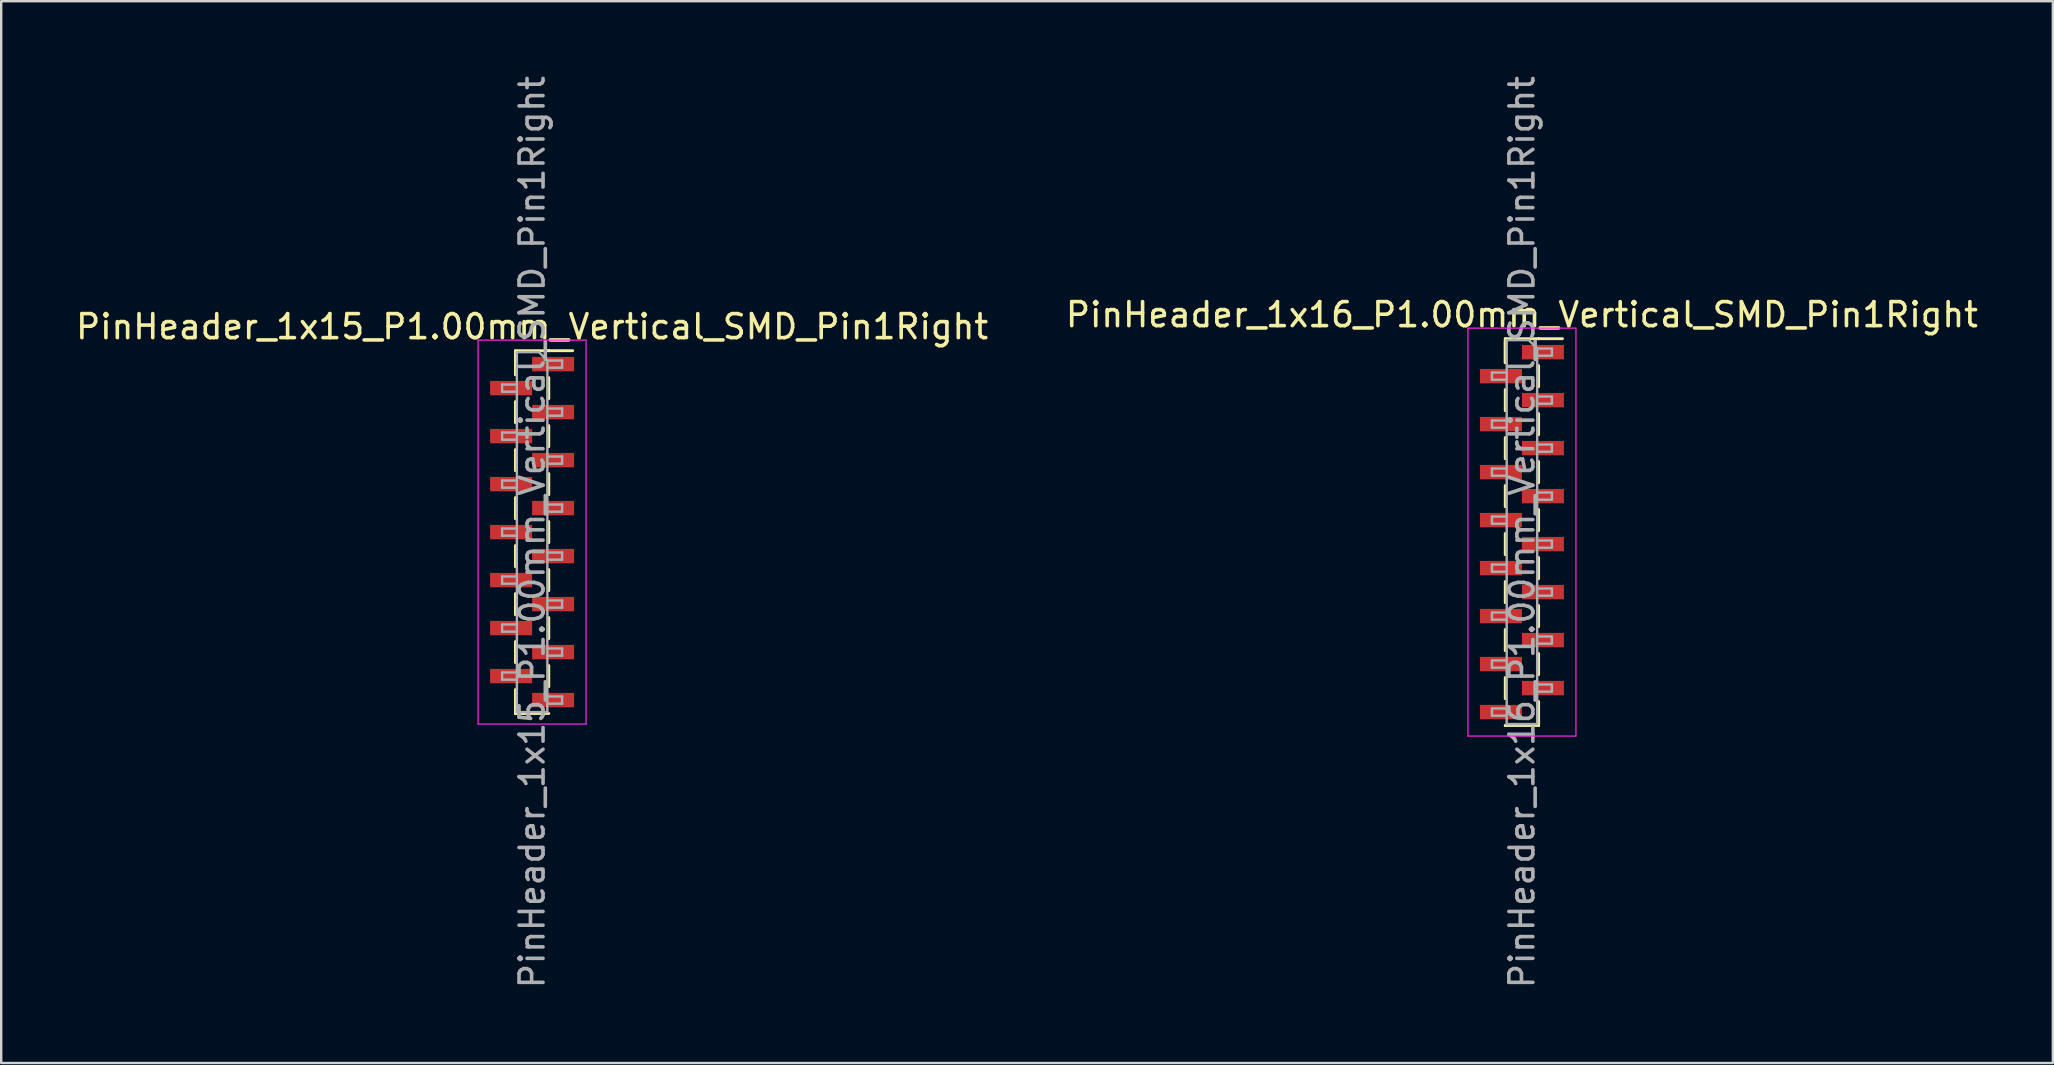
<source format=kicad_pcb>
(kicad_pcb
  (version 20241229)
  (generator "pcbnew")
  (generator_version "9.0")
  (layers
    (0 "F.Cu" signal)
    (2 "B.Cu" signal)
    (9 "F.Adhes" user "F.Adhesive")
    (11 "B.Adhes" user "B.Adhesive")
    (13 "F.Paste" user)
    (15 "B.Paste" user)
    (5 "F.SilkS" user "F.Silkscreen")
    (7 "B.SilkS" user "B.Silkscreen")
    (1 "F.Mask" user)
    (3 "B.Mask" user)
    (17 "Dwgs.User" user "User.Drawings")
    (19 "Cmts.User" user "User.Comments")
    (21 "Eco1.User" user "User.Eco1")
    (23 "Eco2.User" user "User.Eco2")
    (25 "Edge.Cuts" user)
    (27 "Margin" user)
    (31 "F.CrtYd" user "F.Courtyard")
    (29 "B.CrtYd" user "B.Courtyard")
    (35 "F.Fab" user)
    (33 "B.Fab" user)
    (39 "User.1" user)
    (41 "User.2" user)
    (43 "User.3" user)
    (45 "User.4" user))
  (footprint "PinHeader_1x16_P1.00mm_Vertical_SMD_Pin1Right"
    (layer "F.Cu")
    (at 60.375 19.125)
    (property "Reference" "PinHeader_1x16_P1.00mm_Vertical_SMD_Pin1Right" (at 0 -9.06 0) (layer "F.SilkS") (effects (font (size 1 1) (thickness 0.15))))
    (attr smd)
    (fp_line (start -0.695 -8.06) (end -0.695 -7.06) (stroke (width 0.12) (type solid)) (layer "F.SilkS"))
    (fp_line (start -0.695 -8.06) (end 0.695 -8.06) (stroke (width 0.12) (type solid)) (layer "F.SilkS"))
    (fp_line (start -0.695 -7.94) (end -0.695 -7.06) (stroke (width 0.12) (type solid)) (layer "F.SilkS"))
    (fp_line (start -0.695 -5.94) (end -0.695 -5.06) (stroke (width 0.12) (type solid)) (layer "F.SilkS"))
    (fp_line (start -0.695 -3.94) (end -0.695 -3.06) (stroke (width 0.12) (type solid)) (layer "F.SilkS"))
    (fp_line (start -0.695 -1.94) (end -0.695 -1.06) (stroke (width 0.12) (type solid)) (layer "F.SilkS"))
    (fp_line (start -0.695 0.06) (end -0.695 0.94) (stroke (width 0.12) (type solid)) (layer "F.SilkS"))
    (fp_line (start -0.695 2.06) (end -0.695 2.94) (stroke (width 0.12) (type solid)) (layer "F.SilkS"))
    (fp_line (start -0.695 4.06) (end -0.695 4.94) (stroke (width 0.12) (type solid)) (layer "F.SilkS"))
    (fp_line (start -0.695 6.06) (end -0.695 6.94) (stroke (width 0.12) (type solid)) (layer "F.SilkS"))
    (fp_line (start -0.695 8.06) (end -0.695 8.06) (stroke (width 0.12) (type solid)) (layer "F.SilkS"))
    (fp_line (start -0.695 8.06) (end 0.695 8.06) (stroke (width 0.12) (type solid)) (layer "F.SilkS"))
    (fp_line (start 0.695 -8.06) (end 0.695 -8.06) (stroke (width 0.12) (type solid)) (layer "F.SilkS"))
    (fp_line (start 0.695 -8.06) (end 1.69 -8.06) (stroke (width 0.12) (type solid)) (layer "F.SilkS"))
    (fp_line (start 0.695 -6.94) (end 0.695 -6.06) (stroke (width 0.12) (type solid)) (layer "F.SilkS"))
    (fp_line (start 0.695 -4.94) (end 0.695 -4.06) (stroke (width 0.12) (type solid)) (layer "F.SilkS"))
    (fp_line (start 0.695 -2.94) (end 0.695 -2.06) (stroke (width 0.12) (type solid)) (layer "F.SilkS"))
    (fp_line (start 0.695 -0.94) (end 0.695 -0.06) (stroke (width 0.12) (type solid)) (layer "F.SilkS"))
    (fp_line (start 0.695 1.06) (end 0.695 1.94) (stroke (width 0.12) (type solid)) (layer "F.SilkS"))
    (fp_line (start 0.695 3.06) (end 0.695 3.94) (stroke (width 0.12) (type solid)) (layer "F.SilkS"))
    (fp_line (start 0.695 5.06) (end 0.695 5.94) (stroke (width 0.12) (type solid)) (layer "F.SilkS"))
    (fp_line (start 0.695 7.06) (end 0.695 8.06) (stroke (width 0.12) (type solid)) (layer "F.SilkS"))
    (fp_line (start -2.25 -8.5) (end -2.25 8.5) (stroke (width 0.05) (type solid)) (layer "F.CrtYd"))
    (fp_line (start -2.25 8.5) (end 2.25 8.5) (stroke (width 0.05) (type solid)) (layer "F.CrtYd"))
    (fp_line (start 2.25 -8.5) (end -2.25 -8.5) (stroke (width 0.05) (type solid)) (layer "F.CrtYd"))
    (fp_line (start 2.25 8.5) (end 2.25 -8.5) (stroke (width 0.05) (type solid)) (layer "F.CrtYd"))
    (fp_line (start -1.25 -6.65) (end -1.25 -6.35) (stroke (width 0.1) (type solid)) (layer "F.Fab"))
    (fp_line (start -1.25 -6.35) (end -0.635 -6.35) (stroke (width 0.1) (type solid)) (layer "F.Fab"))
    (fp_line (start -1.25 -4.65) (end -1.25 -4.35) (stroke (width 0.1) (type solid)) (layer "F.Fab"))
    (fp_line (start -1.25 -4.35) (end -0.635 -4.35) (stroke (width 0.1) (type solid)) (layer "F.Fab"))
    (fp_line (start -1.25 -2.65) (end -1.25 -2.35) (stroke (width 0.1) (type solid)) (layer "F.Fab"))
    (fp_line (start -1.25 -2.35) (end -0.635 -2.35) (stroke (width 0.1) (type solid)) (layer "F.Fab"))
    (fp_line (start -1.25 -0.65) (end -1.25 -0.35) (stroke (width 0.1) (type solid)) (layer "F.Fab"))
    (fp_line (start -1.25 -0.35) (end -0.635 -0.35) (stroke (width 0.1) (type solid)) (layer "F.Fab"))
    (fp_line (start -1.25 1.35) (end -1.25 1.65) (stroke (width 0.1) (type solid)) (layer "F.Fab"))
    (fp_line (start -1.25 1.65) (end -0.635 1.65) (stroke (width 0.1) (type solid)) (layer "F.Fab"))
    (fp_line (start -1.25 3.35) (end -1.25 3.65) (stroke (width 0.1) (type solid)) (layer "F.Fab"))
    (fp_line (start -1.25 3.65) (end -0.635 3.65) (stroke (width 0.1) (type solid)) (layer "F.Fab"))
    (fp_line (start -1.25 5.35) (end -1.25 5.65) (stroke (width 0.1) (type solid)) (layer "F.Fab"))
    (fp_line (start -1.25 5.65) (end -0.635 5.65) (stroke (width 0.1) (type solid)) (layer "F.Fab"))
    (fp_line (start -1.25 7.35) (end -1.25 7.65) (stroke (width 0.1) (type solid)) (layer "F.Fab"))
    (fp_line (start -1.25 7.65) (end -0.635 7.65) (stroke (width 0.1) (type solid)) (layer "F.Fab"))
    (fp_line (start -0.635 -8) (end -0.635 8) (stroke (width 0.1) (type solid)) (layer "F.Fab"))
    (fp_line (start -0.635 -8) (end 0.285 -8) (stroke (width 0.1) (type solid)) (layer "F.Fab"))
    (fp_line (start -0.635 -6.65) (end -1.25 -6.65) (stroke (width 0.1) (type solid)) (layer "F.Fab"))
    (fp_line (start -0.635 -4.65) (end -1.25 -4.65) (stroke (width 0.1) (type solid)) (layer "F.Fab"))
    (fp_line (start -0.635 -2.65) (end -1.25 -2.65) (stroke (width 0.1) (type solid)) (layer "F.Fab"))
    (fp_line (start -0.635 -0.65) (end -1.25 -0.65) (stroke (width 0.1) (type solid)) (layer "F.Fab"))
    (fp_line (start -0.635 1.35) (end -1.25 1.35) (stroke (width 0.1) (type solid)) (layer "F.Fab"))
    (fp_line (start -0.635 3.35) (end -1.25 3.35) (stroke (width 0.1) (type solid)) (layer "F.Fab"))
    (fp_line (start -0.635 5.35) (end -1.25 5.35) (stroke (width 0.1) (type solid)) (layer "F.Fab"))
    (fp_line (start -0.635 7.35) (end -1.25 7.35) (stroke (width 0.1) (type solid)) (layer "F.Fab"))
    (fp_line (start 0.635 -7.65) (end 0.285 -8) (stroke (width 0.1) (type solid)) (layer "F.Fab"))
    (fp_line (start 0.635 -7.65) (end 1.25 -7.65) (stroke (width 0.1) (type solid)) (layer "F.Fab"))
    (fp_line (start 0.635 -5.65) (end 1.25 -5.65) (stroke (width 0.1) (type solid)) (layer "F.Fab"))
    (fp_line (start 0.635 -3.65) (end 1.25 -3.65) (stroke (width 0.1) (type solid)) (layer "F.Fab"))
    (fp_line (start 0.635 -1.65) (end 1.25 -1.65) (stroke (width 0.1) (type solid)) (layer "F.Fab"))
    (fp_line (start 0.635 0.35) (end 1.25 0.35) (stroke (width 0.1) (type solid)) (layer "F.Fab"))
    (fp_line (start 0.635 2.35) (end 1.25 2.35) (stroke (width 0.1) (type solid)) (layer "F.Fab"))
    (fp_line (start 0.635 4.35) (end 1.25 4.35) (stroke (width 0.1) (type solid)) (layer "F.Fab"))
    (fp_line (start 0.635 6.35) (end 1.25 6.35) (stroke (width 0.1) (type solid)) (layer "F.Fab"))
    (fp_line (start 0.635 8) (end -0.635 8) (stroke (width 0.1) (type solid)) (layer "F.Fab"))
    (fp_line (start 0.635 8) (end 0.635 -7.65) (stroke (width 0.1) (type solid)) (layer "F.Fab"))
    (fp_line (start 1.25 -7.65) (end 1.25 -7.35) (stroke (width 0.1) (type solid)) (layer "F.Fab"))
    (fp_line (start 1.25 -7.35) (end 0.635 -7.35) (stroke (width 0.1) (type solid)) (layer "F.Fab"))
    (fp_line (start 1.25 -5.65) (end 1.25 -5.35) (stroke (width 0.1) (type solid)) (layer "F.Fab"))
    (fp_line (start 1.25 -5.35) (end 0.635 -5.35) (stroke (width 0.1) (type solid)) (layer "F.Fab"))
    (fp_line (start 1.25 -3.65) (end 1.25 -3.35) (stroke (width 0.1) (type solid)) (layer "F.Fab"))
    (fp_line (start 1.25 -3.35) (end 0.635 -3.35) (stroke (width 0.1) (type solid)) (layer "F.Fab"))
    (fp_line (start 1.25 -1.65) (end 1.25 -1.35) (stroke (width 0.1) (type solid)) (layer "F.Fab"))
    (fp_line (start 1.25 -1.35) (end 0.635 -1.35) (stroke (width 0.1) (type solid)) (layer "F.Fab"))
    (fp_line (start 1.25 0.35) (end 1.25 0.65) (stroke (width 0.1) (type solid)) (layer "F.Fab"))
    (fp_line (start 1.25 0.65) (end 0.635 0.65) (stroke (width 0.1) (type solid)) (layer "F.Fab"))
    (fp_line (start 1.25 2.35) (end 1.25 2.65) (stroke (width 0.1) (type solid)) (layer "F.Fab"))
    (fp_line (start 1.25 2.65) (end 0.635 2.65) (stroke (width 0.1) (type solid)) (layer "F.Fab"))
    (fp_line (start 1.25 4.35) (end 1.25 4.65) (stroke (width 0.1) (type solid)) (layer "F.Fab"))
    (fp_line (start 1.25 4.65) (end 0.635 4.65) (stroke (width 0.1) (type solid)) (layer "F.Fab"))
    (fp_line (start 1.25 6.35) (end 1.25 6.65) (stroke (width 0.1) (type solid)) (layer "F.Fab"))
    (fp_line (start 1.25 6.65) (end 0.635 6.65) (stroke (width 0.1) (type solid)) (layer "F.Fab"))
    (fp_text user "${REFERENCE}" (at 0 0 90) (layer "F.Fab") (effects (font (size 1 1) (thickness 0.15))))
    (pad "1" smd rect (at 0.875 -7.5) (size 1.75 0.6) (layers "F.Cu" "F.Mask" "F.Paste"))
    (pad "2" smd rect (at -0.875 -6.5) (size 1.75 0.6) (layers "F.Cu" "F.Mask" "F.Paste"))
    (pad "3" smd rect (at 0.875 -5.5) (size 1.75 0.6) (layers "F.Cu" "F.Mask" "F.Paste"))
    (pad "4" smd rect (at -0.875 -4.5) (size 1.75 0.6) (layers "F.Cu" "F.Mask" "F.Paste"))
    (pad "5" smd rect (at 0.875 -3.5) (size 1.75 0.6) (layers "F.Cu" "F.Mask" "F.Paste"))
    (pad "6" smd rect (at -0.875 -2.5) (size 1.75 0.6) (layers "F.Cu" "F.Mask" "F.Paste"))
    (pad "7" smd rect (at 0.875 -1.5) (size 1.75 0.6) (layers "F.Cu" "F.Mask" "F.Paste"))
    (pad "8" smd rect (at -0.875 -0.5) (size 1.75 0.6) (layers "F.Cu" "F.Mask" "F.Paste"))
    (pad "9" smd rect (at 0.875 0.5) (size 1.75 0.6) (layers "F.Cu" "F.Mask" "F.Paste"))
    (pad "10" smd rect (at -0.875 1.5) (size 1.75 0.6) (layers "F.Cu" "F.Mask" "F.Paste"))
    (pad "11" smd rect (at 0.875 2.5) (size 1.75 0.6) (layers "F.Cu" "F.Mask" "F.Paste"))
    (pad "12" smd rect (at -0.875 3.5) (size 1.75 0.6) (layers "F.Cu" "F.Mask" "F.Paste"))
    (pad "13" smd rect (at 0.875 4.5) (size 1.75 0.6) (layers "F.Cu" "F.Mask" "F.Paste"))
    (pad "14" smd rect (at -0.875 5.5) (size 1.75 0.6) (layers "F.Cu" "F.Mask" "F.Paste"))
    (pad "15" smd rect (at 0.875 6.5) (size 1.75 0.6) (layers "F.Cu" "F.Mask" "F.Paste"))
    (pad "16" smd rect (at -0.875 7.5) (size 1.75 0.6) (layers "F.Cu" "F.Mask" "F.Paste")))
  (footprint "PinHeader_1x15_P1.00mm_Vertical_SMD_Pin1Right"
    (layer "F.Cu")
    (at 19.125 19.125)
    (property "Reference" "PinHeader_1x15_P1.00mm_Vertical_SMD_Pin1Right" (at 0 -8.56 0) (layer "F.SilkS") (effects (font (size 1 1) (thickness 0.15))))
    (attr smd)
    (fp_line (start -0.695 -7.56) (end -0.695 -6.56) (stroke (width 0.12) (type solid)) (layer "F.SilkS"))
    (fp_line (start -0.695 -7.56) (end 0.695 -7.56) (stroke (width 0.12) (type solid)) (layer "F.SilkS"))
    (fp_line (start -0.695 -7.44) (end -0.695 -6.56) (stroke (width 0.12) (type solid)) (layer "F.SilkS"))
    (fp_line (start -0.695 -5.44) (end -0.695 -4.56) (stroke (width 0.12) (type solid)) (layer "F.SilkS"))
    (fp_line (start -0.695 -3.44) (end -0.695 -2.56) (stroke (width 0.12) (type solid)) (layer "F.SilkS"))
    (fp_line (start -0.695 -1.44) (end -0.695 -0.56) (stroke (width 0.12) (type solid)) (layer "F.SilkS"))
    (fp_line (start -0.695 0.56) (end -0.695 1.44) (stroke (width 0.12) (type solid)) (layer "F.SilkS"))
    (fp_line (start -0.695 2.56) (end -0.695 3.44) (stroke (width 0.12) (type solid)) (layer "F.SilkS"))
    (fp_line (start -0.695 4.56) (end -0.695 5.44) (stroke (width 0.12) (type solid)) (layer "F.SilkS"))
    (fp_line (start -0.695 6.56) (end -0.695 7.56) (stroke (width 0.12) (type solid)) (layer "F.SilkS"))
    (fp_line (start -0.695 7.56) (end -0.695 7.56) (stroke (width 0.12) (type solid)) (layer "F.SilkS"))
    (fp_line (start -0.695 7.56) (end 0.695 7.56) (stroke (width 0.12) (type solid)) (layer "F.SilkS"))
    (fp_line (start 0.695 -7.56) (end 0.695 -7.56) (stroke (width 0.12) (type solid)) (layer "F.SilkS"))
    (fp_line (start 0.695 -7.56) (end 1.69 -7.56) (stroke (width 0.12) (type solid)) (layer "F.SilkS"))
    (fp_line (start 0.695 -6.44) (end 0.695 -5.56) (stroke (width 0.12) (type solid)) (layer "F.SilkS"))
    (fp_line (start 0.695 -4.44) (end 0.695 -3.56) (stroke (width 0.12) (type solid)) (layer "F.SilkS"))
    (fp_line (start 0.695 -2.44) (end 0.695 -1.56) (stroke (width 0.12) (type solid)) (layer "F.SilkS"))
    (fp_line (start 0.695 -0.44) (end 0.695 0.44) (stroke (width 0.12) (type solid)) (layer "F.SilkS"))
    (fp_line (start 0.695 1.56) (end 0.695 2.44) (stroke (width 0.12) (type solid)) (layer "F.SilkS"))
    (fp_line (start 0.695 3.56) (end 0.695 4.44) (stroke (width 0.12) (type solid)) (layer "F.SilkS"))
    (fp_line (start 0.695 5.56) (end 0.695 6.44) (stroke (width 0.12) (type solid)) (layer "F.SilkS"))
    (fp_line (start -2.25 -8) (end -2.25 8) (stroke (width 0.05) (type solid)) (layer "F.CrtYd"))
    (fp_line (start -2.25 8) (end 2.25 8) (stroke (width 0.05) (type solid)) (layer "F.CrtYd"))
    (fp_line (start 2.25 -8) (end -2.25 -8) (stroke (width 0.05) (type solid)) (layer "F.CrtYd"))
    (fp_line (start 2.25 8) (end 2.25 -8) (stroke (width 0.05) (type solid)) (layer "F.CrtYd"))
    (fp_line (start -1.25 -6.15) (end -1.25 -5.85) (stroke (width 0.1) (type solid)) (layer "F.Fab"))
    (fp_line (start -1.25 -5.85) (end -0.635 -5.85) (stroke (width 0.1) (type solid)) (layer "F.Fab"))
    (fp_line (start -1.25 -4.15) (end -1.25 -3.85) (stroke (width 0.1) (type solid)) (layer "F.Fab"))
    (fp_line (start -1.25 -3.85) (end -0.635 -3.85) (stroke (width 0.1) (type solid)) (layer "F.Fab"))
    (fp_line (start -1.25 -2.15) (end -1.25 -1.85) (stroke (width 0.1) (type solid)) (layer "F.Fab"))
    (fp_line (start -1.25 -1.85) (end -0.635 -1.85) (stroke (width 0.1) (type solid)) (layer "F.Fab"))
    (fp_line (start -1.25 -0.15) (end -1.25 0.15) (stroke (width 0.1) (type solid)) (layer "F.Fab"))
    (fp_line (start -1.25 0.15) (end -0.635 0.15) (stroke (width 0.1) (type solid)) (layer "F.Fab"))
    (fp_line (start -1.25 1.85) (end -1.25 2.15) (stroke (width 0.1) (type solid)) (layer "F.Fab"))
    (fp_line (start -1.25 2.15) (end -0.635 2.15) (stroke (width 0.1) (type solid)) (layer "F.Fab"))
    (fp_line (start -1.25 3.85) (end -1.25 4.15) (stroke (width 0.1) (type solid)) (layer "F.Fab"))
    (fp_line (start -1.25 4.15) (end -0.635 4.15) (stroke (width 0.1) (type solid)) (layer "F.Fab"))
    (fp_line (start -1.25 5.85) (end -1.25 6.15) (stroke (width 0.1) (type solid)) (layer "F.Fab"))
    (fp_line (start -1.25 6.15) (end -0.635 6.15) (stroke (width 0.1) (type solid)) (layer "F.Fab"))
    (fp_line (start -0.635 -7.5) (end -0.635 7.5) (stroke (width 0.1) (type solid)) (layer "F.Fab"))
    (fp_line (start -0.635 -7.5) (end 0.285 -7.5) (stroke (width 0.1) (type solid)) (layer "F.Fab"))
    (fp_line (start -0.635 -6.15) (end -1.25 -6.15) (stroke (width 0.1) (type solid)) (layer "F.Fab"))
    (fp_line (start -0.635 -4.15) (end -1.25 -4.15) (stroke (width 0.1) (type solid)) (layer "F.Fab"))
    (fp_line (start -0.635 -2.15) (end -1.25 -2.15) (stroke (width 0.1) (type solid)) (layer "F.Fab"))
    (fp_line (start -0.635 -0.15) (end -1.25 -0.15) (stroke (width 0.1) (type solid)) (layer "F.Fab"))
    (fp_line (start -0.635 1.85) (end -1.25 1.85) (stroke (width 0.1) (type solid)) (layer "F.Fab"))
    (fp_line (start -0.635 3.85) (end -1.25 3.85) (stroke (width 0.1) (type solid)) (layer "F.Fab"))
    (fp_line (start -0.635 5.85) (end -1.25 5.85) (stroke (width 0.1) (type solid)) (layer "F.Fab"))
    (fp_line (start 0.635 -7.15) (end 0.285 -7.5) (stroke (width 0.1) (type solid)) (layer "F.Fab"))
    (fp_line (start 0.635 -7.15) (end 1.25 -7.15) (stroke (width 0.1) (type solid)) (layer "F.Fab"))
    (fp_line (start 0.635 -5.15) (end 1.25 -5.15) (stroke (width 0.1) (type solid)) (layer "F.Fab"))
    (fp_line (start 0.635 -3.15) (end 1.25 -3.15) (stroke (width 0.1) (type solid)) (layer "F.Fab"))
    (fp_line (start 0.635 -1.15) (end 1.25 -1.15) (stroke (width 0.1) (type solid)) (layer "F.Fab"))
    (fp_line (start 0.635 0.85) (end 1.25 0.85) (stroke (width 0.1) (type solid)) (layer "F.Fab"))
    (fp_line (start 0.635 2.85) (end 1.25 2.85) (stroke (width 0.1) (type solid)) (layer "F.Fab"))
    (fp_line (start 0.635 4.85) (end 1.25 4.85) (stroke (width 0.1) (type solid)) (layer "F.Fab"))
    (fp_line (start 0.635 6.85) (end 1.25 6.85) (stroke (width 0.1) (type solid)) (layer "F.Fab"))
    (fp_line (start 0.635 7.5) (end -0.635 7.5) (stroke (width 0.1) (type solid)) (layer "F.Fab"))
    (fp_line (start 0.635 7.5) (end 0.635 -7.15) (stroke (width 0.1) (type solid)) (layer "F.Fab"))
    (fp_line (start 1.25 -7.15) (end 1.25 -6.85) (stroke (width 0.1) (type solid)) (layer "F.Fab"))
    (fp_line (start 1.25 -6.85) (end 0.635 -6.85) (stroke (width 0.1) (type solid)) (layer "F.Fab"))
    (fp_line (start 1.25 -5.15) (end 1.25 -4.85) (stroke (width 0.1) (type solid)) (layer "F.Fab"))
    (fp_line (start 1.25 -4.85) (end 0.635 -4.85) (stroke (width 0.1) (type solid)) (layer "F.Fab"))
    (fp_line (start 1.25 -3.15) (end 1.25 -2.85) (stroke (width 0.1) (type solid)) (layer "F.Fab"))
    (fp_line (start 1.25 -2.85) (end 0.635 -2.85) (stroke (width 0.1) (type solid)) (layer "F.Fab"))
    (fp_line (start 1.25 -1.15) (end 1.25 -0.85) (stroke (width 0.1) (type solid)) (layer "F.Fab"))
    (fp_line (start 1.25 -0.85) (end 0.635 -0.85) (stroke (width 0.1) (type solid)) (layer "F.Fab"))
    (fp_line (start 1.25 0.85) (end 1.25 1.15) (stroke (width 0.1) (type solid)) (layer "F.Fab"))
    (fp_line (start 1.25 1.15) (end 0.635 1.15) (stroke (width 0.1) (type solid)) (layer "F.Fab"))
    (fp_line (start 1.25 2.85) (end 1.25 3.15) (stroke (width 0.1) (type solid)) (layer "F.Fab"))
    (fp_line (start 1.25 3.15) (end 0.635 3.15) (stroke (width 0.1) (type solid)) (layer "F.Fab"))
    (fp_line (start 1.25 4.85) (end 1.25 5.15) (stroke (width 0.1) (type solid)) (layer "F.Fab"))
    (fp_line (start 1.25 5.15) (end 0.635 5.15) (stroke (width 0.1) (type solid)) (layer "F.Fab"))
    (fp_line (start 1.25 6.85) (end 1.25 7.15) (stroke (width 0.1) (type solid)) (layer "F.Fab"))
    (fp_line (start 1.25 7.15) (end 0.635 7.15) (stroke (width 0.1) (type solid)) (layer "F.Fab"))
    (fp_text user "${REFERENCE}" (at 0 0 90) (layer "F.Fab") (effects (font (size 1 1) (thickness 0.15))))
    (pad "1" smd rect (at 0.875 -7) (size 1.75 0.6) (layers "F.Cu" "F.Mask" "F.Paste"))
    (pad "2" smd rect (at -0.875 -6) (size 1.75 0.6) (layers "F.Cu" "F.Mask" "F.Paste"))
    (pad "3" smd rect (at 0.875 -5) (size 1.75 0.6) (layers "F.Cu" "F.Mask" "F.Paste"))
    (pad "4" smd rect (at -0.875 -4) (size 1.75 0.6) (layers "F.Cu" "F.Mask" "F.Paste"))
    (pad "5" smd rect (at 0.875 -3) (size 1.75 0.6) (layers "F.Cu" "F.Mask" "F.Paste"))
    (pad "6" smd rect (at -0.875 -2) (size 1.75 0.6) (layers "F.Cu" "F.Mask" "F.Paste"))
    (pad "7" smd rect (at 0.875 -1) (size 1.75 0.6) (layers "F.Cu" "F.Mask" "F.Paste"))
    (pad "8" smd rect (at -0.875 0) (size 1.75 0.6) (layers "F.Cu" "F.Mask" "F.Paste"))
    (pad "9" smd rect (at 0.875 1) (size 1.75 0.6) (layers "F.Cu" "F.Mask" "F.Paste"))
    (pad "10" smd rect (at -0.875 2) (size 1.75 0.6) (layers "F.Cu" "F.Mask" "F.Paste"))
    (pad "11" smd rect (at 0.875 3) (size 1.75 0.6) (layers "F.Cu" "F.Mask" "F.Paste"))
    (pad "12" smd rect (at -0.875 4) (size 1.75 0.6) (layers "F.Cu" "F.Mask" "F.Paste"))
    (pad "13" smd rect (at 0.875 5) (size 1.75 0.6) (layers "F.Cu" "F.Mask" "F.Paste"))
    (pad "14" smd rect (at -0.875 6) (size 1.75 0.6) (layers "F.Cu" "F.Mask" "F.Paste"))
    (pad "15" smd rect (at 0.875 7) (size 1.75 0.6) (layers "F.Cu" "F.Mask" "F.Paste")))
  (gr_rect
    (start -3 -3)
    (end 82.5 41.25)
    (stroke (width 0.1) (type default))
    (fill no)
    (layer "Edge.Cuts")))
</source>
